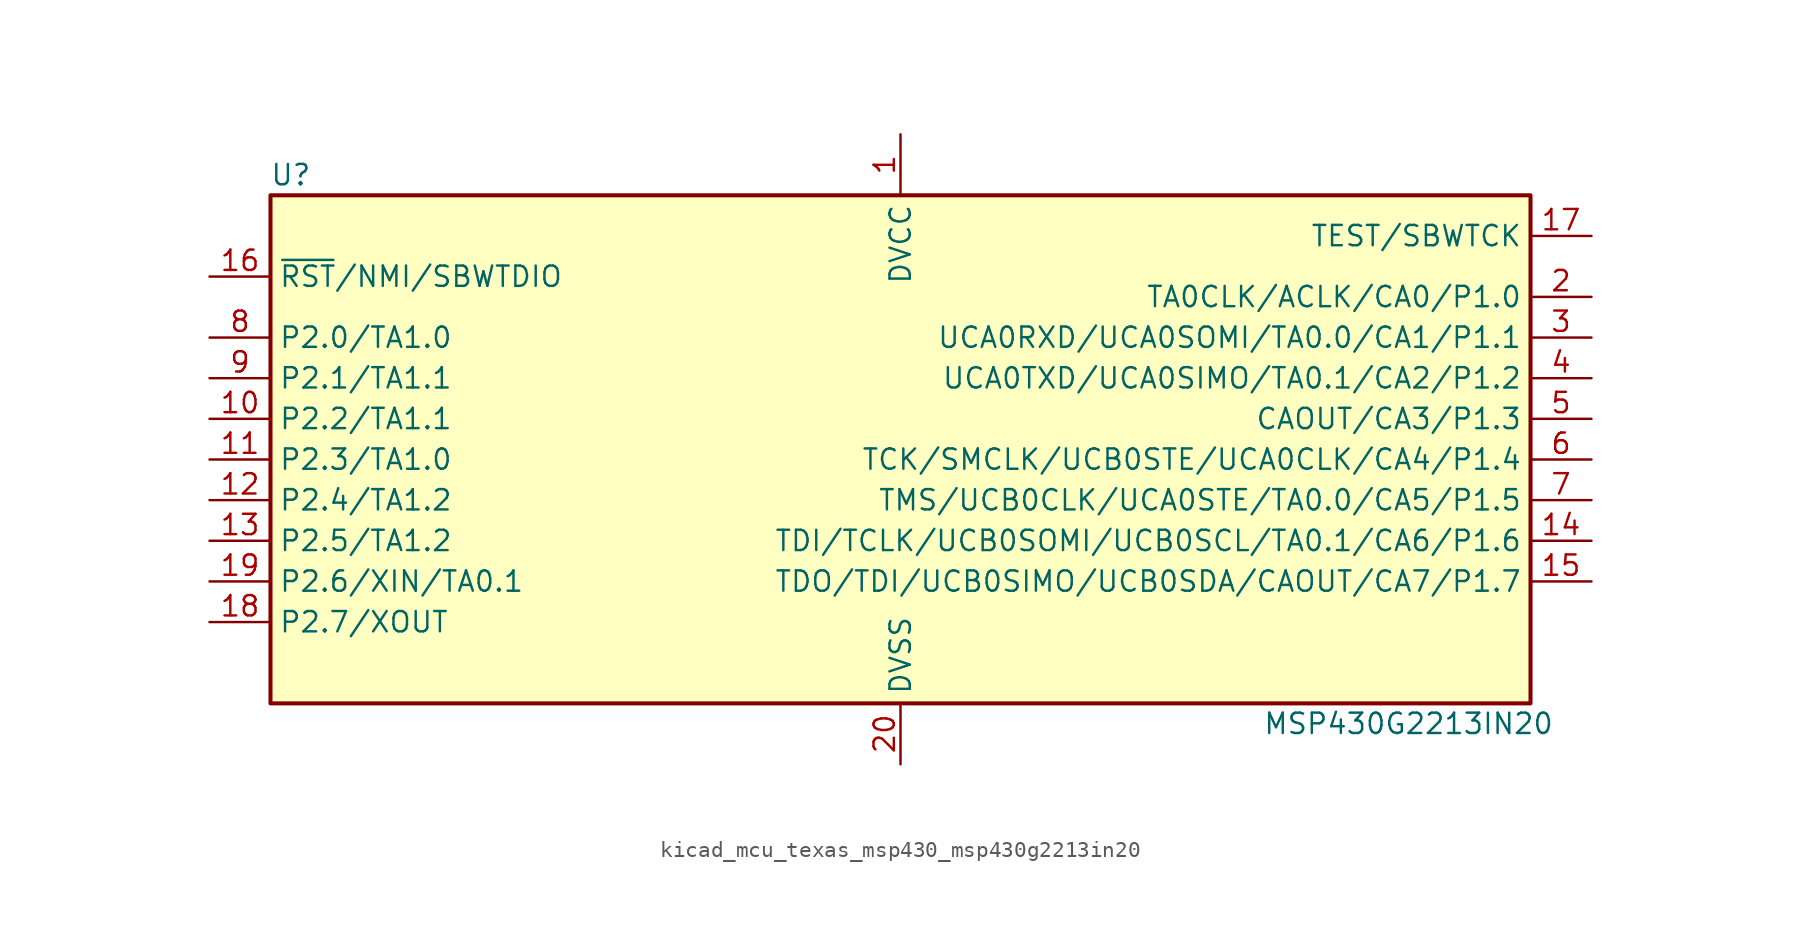
<source format=kicad_sym>
(kicad_symbol_lib
  (version 20220914)
  (generator kicad_symbol_editor)
  (symbol "kicad_mcu_texas_msp430_msp430g2213in20"
    (property "Reference" "U"
      (at -38.1 17.78 0)
      (effects (font (size 1.27 1.27))))
    (property "Value" "MSP430G2213IN20"
      (at 31.75 -16.51 0)
      (effects (font (size 1.27 1.27))))
    (symbol "kicad_mcu_texas_msp430_msp430g2213in20_0_1"
      (rectangle (start -39.37 16.51) (end 39.37 -15.24) (stroke (width 0.254) (type default)) (fill (type background))))
    (symbol "kicad_mcu_texas_msp430_msp430g2213in20_1_1"
      (pin power_in line (at 0 20.32 270) (length 3.81) (name "DVCC" (effects (font (size 1.27 1.27)))) (number "1" (effects (font (size 1.27 1.27)))))
      (pin bidirectional line (at -43.18 2.54 0) (length 3.81) (name "P2.2/TA1.1" (effects (font (size 1.27 1.27)))) (number "10" (effects (font (size 1.27 1.27)))))
      (pin bidirectional line (at -43.18 0 0) (length 3.81) (name "P2.3/TA1.0" (effects (font (size 1.27 1.27)))) (number "11" (effects (font (size 1.27 1.27)))))
      (pin bidirectional line (at -43.18 -2.54 0) (length 3.81) (name "P2.4/TA1.2" (effects (font (size 1.27 1.27)))) (number "12" (effects (font (size 1.27 1.27)))))
      (pin bidirectional line (at -43.18 -5.08 0) (length 3.81) (name "P2.5/TA1.2" (effects (font (size 1.27 1.27)))) (number "13" (effects (font (size 1.27 1.27)))))
      (pin bidirectional line (at 43.18 -5.08 180) (length 3.81) (name "TDI/TCLK/UCB0SOMI/UCB0SCL/TA0.1/CA6/P1.6" (effects (font (size 1.27 1.27)))) (number "14" (effects (font (size 1.27 1.27)))))
      (pin bidirectional line (at 43.18 -7.62 180) (length 3.81) (name "TDO/TDI/UCB0SIMO/UCB0SDA/CAOUT/CA7/P1.7" (effects (font (size 1.27 1.27)))) (number "15" (effects (font (size 1.27 1.27)))))
      (pin input line (at -43.18 11.43 0) (length 3.81) (name "~{RST}/NMI/SBWTDIO" (effects (font (size 1.27 1.27)))) (number "16" (effects (font (size 1.27 1.27)))))
      (pin input line (at 43.18 13.97 180) (length 3.81) (name "TEST/SBWTCK" (effects (font (size 1.27 1.27)))) (number "17" (effects (font (size 1.27 1.27)))))
      (pin bidirectional line (at -43.18 -10.16 0) (length 3.81) (name "P2.7/XOUT" (effects (font (size 1.27 1.27)))) (number "18" (effects (font (size 1.27 1.27)))))
      (pin bidirectional line (at -43.18 -7.62 0) (length 3.81) (name "P2.6/XIN/TA0.1" (effects (font (size 1.27 1.27)))) (number "19" (effects (font (size 1.27 1.27)))))
      (pin bidirectional line (at 43.18 10.16 180) (length 3.81) (name "TA0CLK/ACLK/CA0/P1.0" (effects (font (size 1.27 1.27)))) (number "2" (effects (font (size 1.27 1.27)))))
      (pin power_in line (at 0 -19.05 90) (length 3.81) (name "DVSS" (effects (font (size 1.27 1.27)))) (number "20" (effects (font (size 1.27 1.27)))))
      (pin bidirectional line (at 43.18 7.62 180) (length 3.81) (name "UCA0RXD/UCA0SOMI/TA0.0/CA1/P1.1" (effects (font (size 1.27 1.27)))) (number "3" (effects (font (size 1.27 1.27)))))
      (pin bidirectional line (at 43.18 5.08 180) (length 3.81) (name "UCA0TXD/UCA0SIMO/TA0.1/CA2/P1.2" (effects (font (size 1.27 1.27)))) (number "4" (effects (font (size 1.27 1.27)))))
      (pin bidirectional line (at 43.18 2.54 180) (length 3.81) (name "CAOUT/CA3/P1.3" (effects (font (size 1.27 1.27)))) (number "5" (effects (font (size 1.27 1.27)))))
      (pin bidirectional line (at 43.18 0 180) (length 3.81) (name "TCK/SMCLK/UCB0STE/UCA0CLK/CA4/P1.4" (effects (font (size 1.27 1.27)))) (number "6" (effects (font (size 1.27 1.27)))))
      (pin bidirectional line (at 43.18 -2.54 180) (length 3.81) (name "TMS/UCB0CLK/UCA0STE/TA0.0/CA5/P1.5" (effects (font (size 1.27 1.27)))) (number "7" (effects (font (size 1.27 1.27)))))
      (pin bidirectional line (at -43.18 7.62 0) (length 3.81) (name "P2.0/TA1.0" (effects (font (size 1.27 1.27)))) (number "8" (effects (font (size 1.27 1.27)))))
      (pin bidirectional line (at -43.18 5.08 0) (length 3.81) (name "P2.1/TA1.1" (effects (font (size 1.27 1.27)))) (number "9" (effects (font (size 1.27 1.27))))))))
</source>
